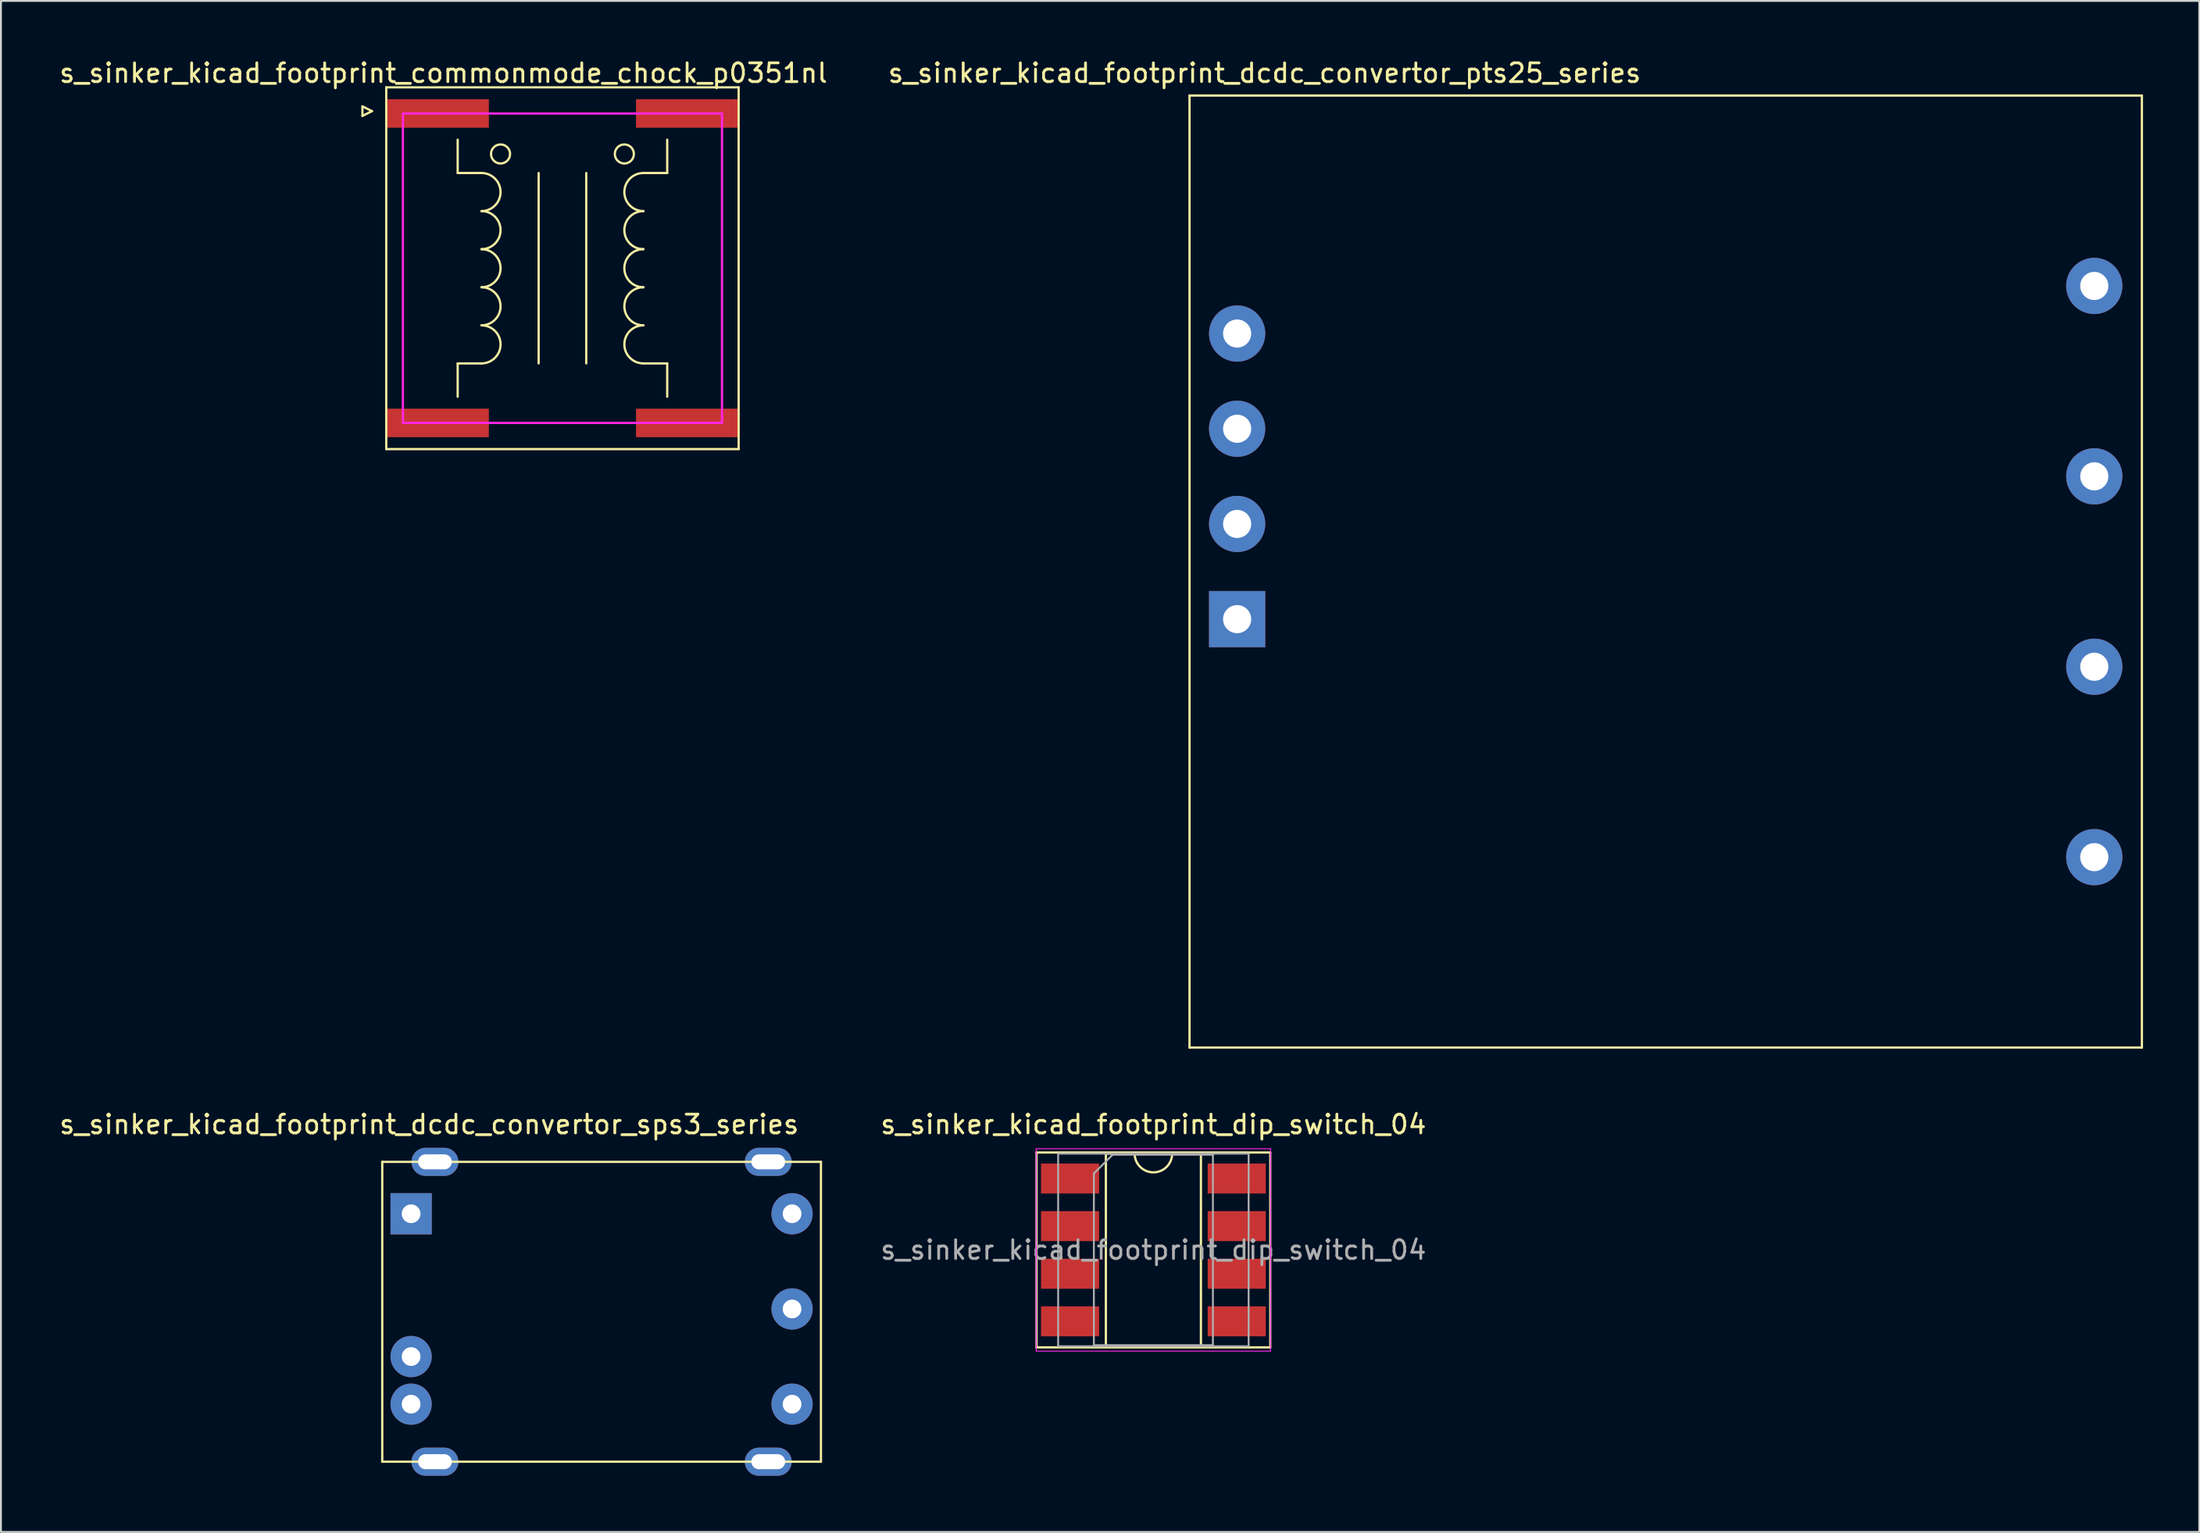
<source format=kicad_pcb>
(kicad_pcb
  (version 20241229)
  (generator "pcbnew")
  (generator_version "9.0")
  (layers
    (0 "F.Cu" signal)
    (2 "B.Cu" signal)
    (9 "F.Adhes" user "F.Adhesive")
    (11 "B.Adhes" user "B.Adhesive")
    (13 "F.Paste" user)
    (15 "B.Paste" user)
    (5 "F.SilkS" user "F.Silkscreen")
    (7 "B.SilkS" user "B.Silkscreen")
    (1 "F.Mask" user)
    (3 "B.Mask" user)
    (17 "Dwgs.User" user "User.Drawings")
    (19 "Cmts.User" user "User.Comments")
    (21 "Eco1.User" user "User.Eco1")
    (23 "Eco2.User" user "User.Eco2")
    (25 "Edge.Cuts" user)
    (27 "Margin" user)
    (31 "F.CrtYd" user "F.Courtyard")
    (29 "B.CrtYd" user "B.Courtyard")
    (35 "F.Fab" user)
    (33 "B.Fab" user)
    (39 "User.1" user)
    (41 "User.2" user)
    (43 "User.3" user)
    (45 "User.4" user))
  (footprint "s_sinker_kicad_footprint_commonmode_chock_p0351nl"
    (layer "F.Cu")
    (at 26.951 11.262)
    (property "Reference" "s_sinker_kicad_footprint_commonmode_chock_p0351nl" (at -6.35 -10.414 0) (layer "F.SilkS") (effects (font (size 1 1) (thickness 0.15))))
    (attr through_hole)
    (fp_line (start -10.668 -8.636) (end -10.668 -8.128) (stroke (width 0.12) (type solid)) (layer "F.SilkS"))
    (fp_line (start -10.668 -8.128) (end -10.16 -8.382) (stroke (width 0.12) (type solid)) (layer "F.SilkS"))
    (fp_line (start -10.16 -8.382) (end -10.668 -8.636) (stroke (width 0.12) (type solid)) (layer "F.SilkS"))
    (fp_line (start -9.398 -9.652) (end 9.398 -9.652) (stroke (width 0.12) (type solid)) (layer "F.SilkS"))
    (fp_line (start -9.398 9.652) (end -9.398 -9.652) (stroke (width 0.12) (type solid)) (layer "F.SilkS"))
    (fp_line (start -5.588 -6.858) (end -5.588 -5.08) (stroke (width 0.12) (type solid)) (layer "F.SilkS"))
    (fp_line (start -5.588 -5.08) (end -4.318 -5.08) (stroke (width 0.12) (type solid)) (layer "F.SilkS"))
    (fp_line (start -5.588 5.08) (end -4.318 5.08) (stroke (width 0.12) (type solid)) (layer "F.SilkS"))
    (fp_line (start -5.588 6.858) (end -5.588 5.08) (stroke (width 0.12) (type solid)) (layer "F.SilkS"))
    (fp_line (start -1.27 -5.08) (end -1.27 5.08) (stroke (width 0.12) (type solid)) (layer "F.SilkS"))
    (fp_line (start 1.27 -5.08) (end 1.27 5.08) (stroke (width 0.12) (type solid)) (layer "F.SilkS"))
    (fp_line (start 5.588 -6.858) (end 5.588 -5.08) (stroke (width 0.12) (type solid)) (layer "F.SilkS"))
    (fp_line (start 5.588 -5.08) (end 4.318 -5.08) (stroke (width 0.12) (type solid)) (layer "F.SilkS"))
    (fp_line (start 5.588 5.08) (end 4.318 5.08) (stroke (width 0.12) (type solid)) (layer "F.SilkS"))
    (fp_line (start 5.588 6.858) (end 5.588 5.08) (stroke (width 0.12) (type solid)) (layer "F.SilkS"))
    (fp_line (start 9.398 -9.652) (end 9.398 9.652) (stroke (width 0.12) (type solid)) (layer "F.SilkS"))
    (fp_line (start 9.398 9.652) (end -9.398 9.652) (stroke (width 0.12) (type solid)) (layer "F.SilkS"))
    (fp_arc (start -4.318 -5.08) (mid -3.302 -4.064) (end -4.318 -3.048) (stroke (width 0.12) (type solid)) (layer "F.SilkS"))
    (fp_arc (start -4.318 -3.048) (mid -3.302 -2.032) (end -4.318 -1.016) (stroke (width 0.12) (type solid)) (layer "F.SilkS"))
    (fp_arc (start -4.318 -1.016) (mid -3.302 0) (end -4.318 1.016) (stroke (width 0.12) (type solid)) (layer "F.SilkS"))
    (fp_arc (start -4.318 1.016) (mid -3.302 2.032) (end -4.318 3.048) (stroke (width 0.12) (type solid)) (layer "F.SilkS"))
    (fp_arc (start -4.318 3.048) (mid -3.302 4.064) (end -4.318 5.08) (stroke (width 0.12) (type solid)) (layer "F.SilkS"))
    (fp_arc (start 4.318 -3.048) (mid 3.302 -4.064) (end 4.318 -5.08) (stroke (width 0.12) (type solid)) (layer "F.SilkS"))
    (fp_arc (start 4.318 -1.016) (mid 3.302 -2.032) (end 4.318 -3.048) (stroke (width 0.12) (type solid)) (layer "F.SilkS"))
    (fp_arc (start 4.318 1.016) (mid 3.302 0) (end 4.318 -1.016) (stroke (width 0.12) (type solid)) (layer "F.SilkS"))
    (fp_arc (start 4.318 3.048) (mid 3.302 2.032) (end 4.318 1.016) (stroke (width 0.12) (type solid)) (layer "F.SilkS"))
    (fp_arc (start 4.318 5.08) (mid 3.302 4.064) (end 4.318 3.048) (stroke (width 0.12) (type solid)) (layer "F.SilkS"))
    (fp_circle (center -3.302 -6.096) (end -2.794 -6.096) (stroke (width 0.12) (type solid)) (fill no) (layer "F.SilkS"))
    (fp_circle (center 3.302 -6.096) (end 3.81 -6.096) (stroke (width 0.12) (type solid)) (fill no) (layer "F.SilkS"))
    (fp_line (start -8.51 -8.255) (end 8.51 -8.255) (stroke (width 0.12) (type solid)) (layer "F.CrtYd"))
    (fp_line (start -8.51 8.255) (end -8.51 -8.255) (stroke (width 0.12) (type solid)) (layer "F.CrtYd"))
    (fp_line (start -8.51 8.255) (end 8.51 8.255) (stroke (width 0.12) (type solid)) (layer "F.CrtYd"))
    (fp_line (start 8.51 -8.255) (end 8.51 8.255) (stroke (width 0.12) (type solid)) (layer "F.CrtYd"))
    (pad "1" smd rect (at -6.65 -8.255) (size 5.45 1.52) (layers "F.Cu" "F.Mask" "F.Paste"))
    (pad "2" smd rect (at -6.65 8.255) (size 5.45 1.52) (layers "F.Cu" "F.Mask" "F.Paste"))
    (pad "3" smd rect (at 6.65 -8.255) (size 5.45 1.52) (layers "F.Cu" "F.Mask" "F.Paste"))
    (pad "4" smd rect (at 6.65 8.255) (size 5.45 1.52) (layers "F.Cu" "F.Mask" "F.Paste")))
  (footprint "s_sinker_kicad_footprint_dcdc_convertor_sps3_series"
    (layer "F.Cu")
    (at 17.339 58.947)
    (property "Reference" "s_sinker_kicad_footprint_dcdc_convertor_sps3_series" (at 2.5 -2 0) (layer "F.SilkS") (effects (font (size 1 1) (thickness 0.15))))
    (attr through_hole)
    (fp_line (start 0 0) (end 0 16) (stroke (width 0.12) (type solid)) (layer "F.SilkS"))
    (fp_line (start 0 16) (end 23.4 16) (stroke (width 0.12) (type solid)) (layer "F.SilkS"))
    (fp_line (start 23.4 0) (end 0 0) (stroke (width 0.12) (type solid)) (layer "F.SilkS"))
    (fp_line (start 23.4 16) (end 23.4 0) (stroke (width 0.12) (type solid)) (layer "F.SilkS"))
    (pad "" thru_hole oval (at 2.81 0) (size 2.5 1.5) (drill oval 1.8 0.8) (layers "*.Cu" "*.Mask"))
    (pad "" thru_hole oval (at 2.81 16) (size 2.5 1.5) (drill oval 1.8 0.8) (layers "*.Cu" "*.Mask"))
    (pad "" thru_hole oval (at 20.59 0) (size 2.5 1.5) (drill oval 1.8 0.8) (layers "*.Cu" "*.Mask"))
    (pad "" thru_hole oval (at 20.59 16) (size 2.5 1.5) (drill oval 1.8 0.8) (layers "*.Cu" "*.Mask"))
    (pad "1" thru_hole rect (at 1.54 2.77) (size 2.2 2.2) (drill 1) (layers "*.Cu" "*.Mask"))
    (pad "2" thru_hole circle (at 1.54 10.39) (size 2.2 2.2) (drill 1) (layers "*.Cu" "*.Mask"))
    (pad "3" thru_hole circle (at 1.54 12.93) (size 2.2 2.2) (drill 1) (layers "*.Cu" "*.Mask"))
    (pad "4" thru_hole circle (at 21.86 12.93) (size 2.2 2.2) (drill 1) (layers "*.Cu" "*.Mask"))
    (pad "5" thru_hole circle (at 21.86 7.85) (size 2.2 2.2) (drill 1) (layers "*.Cu" "*.Mask"))
    (pad "6" thru_hole circle (at 21.86 2.77) (size 2.2 2.2) (drill 1) (layers "*.Cu" "*.Mask")))
  (footprint "s_sinker_kicad_footprint_dip_switch_04"
    (layer "F.Cu")
    (at 58.472 63.647)
    (property "Reference" "s_sinker_kicad_footprint_dip_switch_04" (at 0 -6.7 0) (layer "F.SilkS") (effects (font (size 1 1) (thickness 0.15))))
    (attr through_hole)
    (fp_line (start -6.235 -5.2) (end -6.235 5.2) (stroke (width 0.12) (type solid)) (layer "F.SilkS"))
    (fp_line (start -6.235 5.2) (end 6.235 5.2) (stroke (width 0.12) (type solid)) (layer "F.SilkS"))
    (fp_line (start -2.535 -5.14) (end -2.535 5.14) (stroke (width 0.12) (type solid)) (layer "F.SilkS"))
    (fp_line (start -2.535 5.14) (end 2.535 5.14) (stroke (width 0.12) (type solid)) (layer "F.SilkS"))
    (fp_line (start -1 -5.14) (end -2.535 -5.14) (stroke (width 0.12) (type solid)) (layer "F.SilkS"))
    (fp_line (start 2.535 -5.14) (end 1 -5.14) (stroke (width 0.12) (type solid)) (layer "F.SilkS"))
    (fp_line (start 2.535 5.14) (end 2.535 -5.14) (stroke (width 0.12) (type solid)) (layer "F.SilkS"))
    (fp_line (start 6.235 -5.2) (end -6.235 -5.2) (stroke (width 0.12) (type solid)) (layer "F.SilkS"))
    (fp_line (start 6.235 5.2) (end 6.235 -5.2) (stroke (width 0.12) (type solid)) (layer "F.SilkS"))
    (fp_arc (start 1 -5.14) (mid 0 -4.14) (end -1 -5.14) (stroke (width 0.12) (type solid)) (layer "F.SilkS"))
    (fp_line (start -6.25 -5.4) (end -6.25 5.4) (stroke (width 0.05) (type solid)) (layer "F.CrtYd"))
    (fp_line (start -6.25 5.4) (end 6.25 5.4) (stroke (width 0.05) (type solid)) (layer "F.CrtYd"))
    (fp_line (start 6.25 -5.4) (end -6.25 -5.4) (stroke (width 0.05) (type solid)) (layer "F.CrtYd"))
    (fp_line (start 6.25 5.4) (end 6.25 -5.4) (stroke (width 0.05) (type solid)) (layer "F.CrtYd"))
    (fp_line (start -5.08 -5.14) (end -5.08 5.14) (stroke (width 0.1) (type solid)) (layer "F.Fab"))
    (fp_line (start -5.08 5.14) (end 5.08 5.14) (stroke (width 0.1) (type solid)) (layer "F.Fab"))
    (fp_line (start -3.175 -4.08) (end -2.175 -5.08) (stroke (width 0.1) (type solid)) (layer "F.Fab"))
    (fp_line (start -3.175 5.08) (end -3.175 -4.08) (stroke (width 0.1) (type solid)) (layer "F.Fab"))
    (fp_line (start -2.175 -5.08) (end 3.175 -5.08) (stroke (width 0.1) (type solid)) (layer "F.Fab"))
    (fp_line (start 3.175 -5.08) (end 3.175 5.08) (stroke (width 0.1) (type solid)) (layer "F.Fab"))
    (fp_line (start 3.175 5.08) (end -3.175 5.08) (stroke (width 0.1) (type solid)) (layer "F.Fab"))
    (fp_line (start 5.08 -5.14) (end -5.08 -5.14) (stroke (width 0.1) (type solid)) (layer "F.Fab"))
    (fp_line (start 5.08 5.14) (end 5.08 -5.14) (stroke (width 0.1) (type solid)) (layer "F.Fab"))
    (fp_text user "${REFERENCE}" (at 0 0 0) (layer "F.Fab") (effects (font (size 1 1) (thickness 0.15))))
    (pad "1" smd rect (at -4.445 -3.81) (size 3.1 1.6) (layers "F.Cu" "F.Mask" "F.Paste"))
    (pad "2" smd rect (at -4.445 -1.27) (size 3.1 1.6) (layers "F.Cu" "F.Mask" "F.Paste"))
    (pad "3" smd rect (at -4.445 1.27) (size 3.1 1.6) (layers "F.Cu" "F.Mask" "F.Paste"))
    (pad "4" smd rect (at -4.445 3.81) (size 3.1 1.6) (layers "F.Cu" "F.Mask" "F.Paste"))
    (pad "5" smd rect (at 4.445 3.81) (size 3.1 1.6) (layers "F.Cu" "F.Mask" "F.Paste"))
    (pad "6" smd rect (at 4.445 1.27) (size 3.1 1.6) (layers "F.Cu" "F.Mask" "F.Paste"))
    (pad "7" smd rect (at 4.445 -1.27) (size 3.1 1.6) (layers "F.Cu" "F.Mask" "F.Paste"))
    (pad "8" smd rect (at 4.445 -3.81) (size 3.1 1.6) (layers "F.Cu" "F.Mask" "F.Paste")))
  (footprint "s_sinker_kicad_footprint_dcdc_convertor_pts25_series"
    (layer "F.Cu")
    (at 60.399 52.848)
    (property "Reference" "s_sinker_kicad_footprint_dcdc_convertor_pts25_series" (at 4 -52 0) (layer "F.SilkS") (effects (font (size 1 1) (thickness 0.15))))
    (attr through_hole)
    (fp_line (start 0 -50.8) (end 0 0) (stroke (width 0.12) (type solid)) (layer "F.SilkS"))
    (fp_line (start 0 0) (end 50.8 0) (stroke (width 0.12) (type solid)) (layer "F.SilkS"))
    (fp_line (start 50.8 -50.8) (end 0 -50.8) (stroke (width 0.12) (type solid)) (layer "F.SilkS"))
    (fp_line (start 50.8 0) (end 50.8 -50.8) (stroke (width 0.12) (type solid)) (layer "F.SilkS"))
    (pad "1" thru_hole rect (at 2.54 -22.86) (size 3 3) (drill 1.5) (layers "*.Cu" "*.Mask"))
    (pad "2" thru_hole circle (at 2.54 -27.94) (size 3 3) (drill 1.5) (layers "*.Cu" "*.Mask"))
    (pad "3" thru_hole circle (at 2.54 -33.02) (size 3 3) (drill 1.5) (layers "*.Cu" "*.Mask"))
    (pad "4" thru_hole circle (at 2.54 -38.1) (size 3 3) (drill 1.5) (layers "*.Cu" "*.Mask"))
    (pad "5" thru_hole circle (at 48.26 -10.16) (size 3 3) (drill 1.5) (layers "*.Cu" "*.Mask"))
    (pad "6" thru_hole circle (at 48.26 -20.32) (size 3 3) (drill 1.5) (layers "*.Cu" "*.Mask"))
    (pad "7" thru_hole circle (at 48.26 -30.48) (size 3 3) (drill 1.5) (layers "*.Cu" "*.Mask"))
    (pad "8" thru_hole circle (at 48.26 -40.64) (size 3 3) (drill 1.5) (layers "*.Cu" "*.Mask")))
  (gr_rect
    (start -3 -3)
    (end 114.259 78.697)
    (stroke (width 0.1) (type default))
    (fill no)
    (layer "Edge.Cuts")))
</source>
